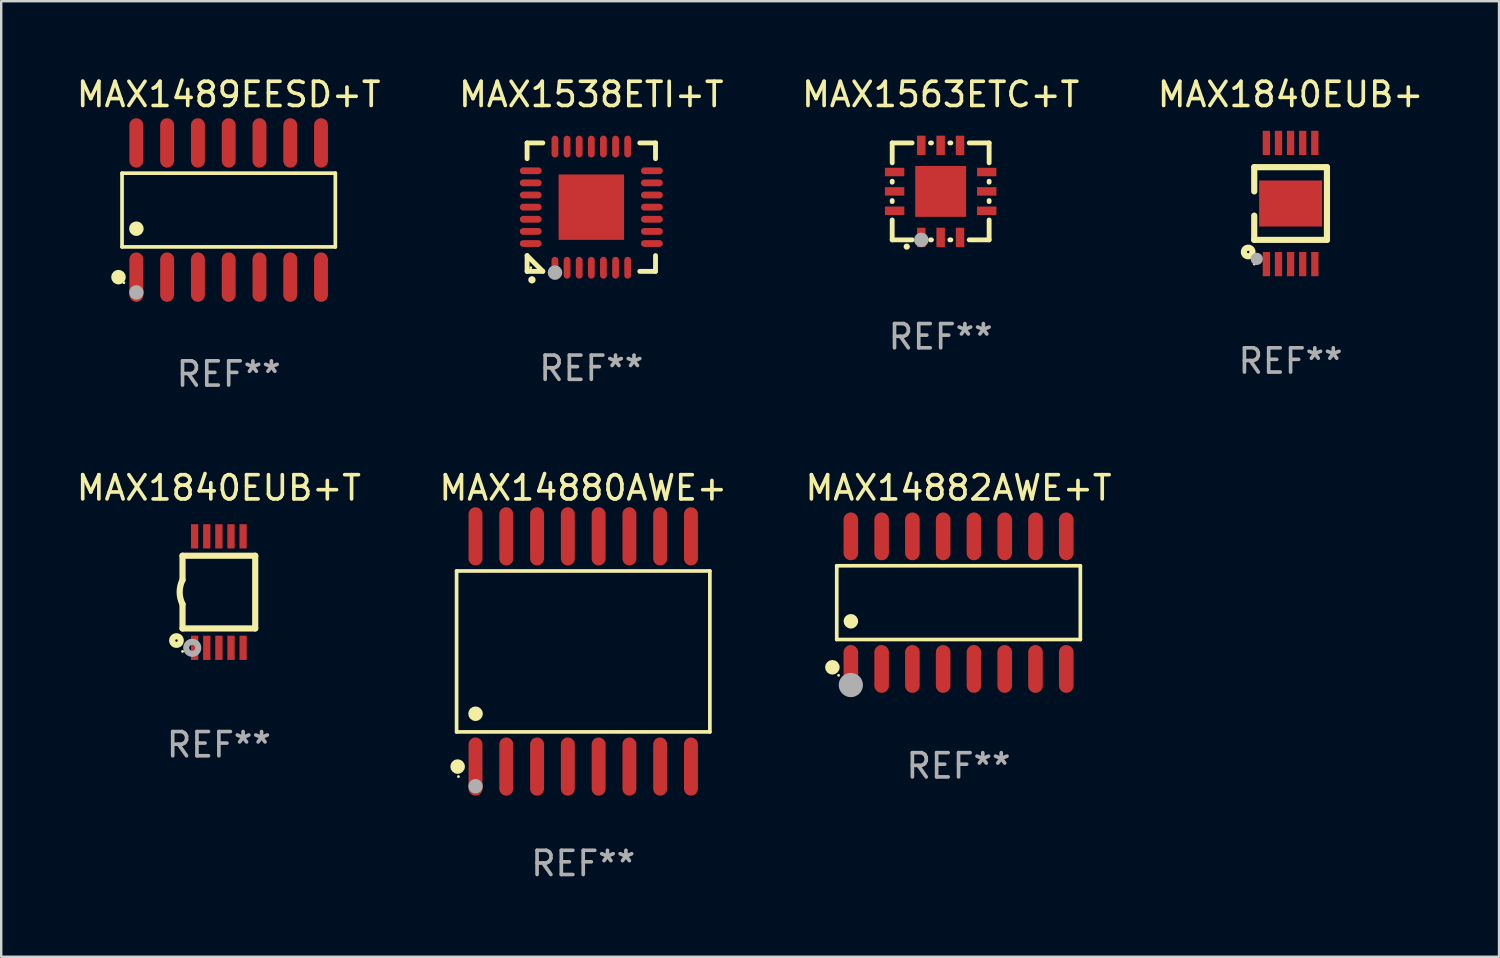
<source format=kicad_pcb>
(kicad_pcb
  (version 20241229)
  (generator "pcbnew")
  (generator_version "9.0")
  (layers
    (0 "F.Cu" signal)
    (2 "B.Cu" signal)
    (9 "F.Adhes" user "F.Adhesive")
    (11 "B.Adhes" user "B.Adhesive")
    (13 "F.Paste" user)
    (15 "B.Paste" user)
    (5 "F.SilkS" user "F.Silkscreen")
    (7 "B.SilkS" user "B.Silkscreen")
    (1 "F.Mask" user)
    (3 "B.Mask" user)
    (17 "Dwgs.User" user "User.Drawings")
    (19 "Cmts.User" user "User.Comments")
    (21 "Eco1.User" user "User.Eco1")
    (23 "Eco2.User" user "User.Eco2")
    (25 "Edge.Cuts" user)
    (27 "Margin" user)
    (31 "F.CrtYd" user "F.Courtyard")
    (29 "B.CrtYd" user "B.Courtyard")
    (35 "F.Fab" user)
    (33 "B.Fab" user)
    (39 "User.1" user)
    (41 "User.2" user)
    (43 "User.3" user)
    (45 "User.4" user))
  (footprint "MAX14880AWE+"
    (layer "F.Cu")
    (at 21.018 23.833)
    (property "Reference" "MAX14880AWE+" (at 0 -6.75 0) (layer "F.SilkS") (effects (font (size 1 1) (thickness 0.15))))
    (attr through_hole)
    (fp_line (start -5.226 -3.321) (end 5.226 -3.321) (stroke (width 0.152) (type solid)) (layer "F.SilkS"))
    (fp_line (start -5.226 3.321) (end -5.226 -3.321) (stroke (width 0.152) (type solid)) (layer "F.SilkS"))
    (fp_line (start 5.226 -3.321) (end 5.226 3.321) (stroke (width 0.152) (type solid)) (layer "F.SilkS"))
    (fp_line (start 5.226 3.321) (end -5.226 3.321) (stroke (width 0.152) (type solid)) (layer "F.SilkS"))
    (fp_circle (center -5.184 4.75) (end -5.034 4.75) (stroke (width 0.3) (type solid)) (fill no) (layer "F.SilkS"))
    (fp_circle (center -5.15 5.163) (end -5.12 5.163) (stroke (width 0.06) (type solid)) (fill no) (layer "F.SilkS"))
    (fp_circle (center -4.445 2.569) (end -4.295 2.569) (stroke (width 0.3) (type solid)) (fill no) (layer "F.SilkS"))
    (fp_circle (center -4.445 5.563) (end -4.295 5.563) (stroke (width 0.3) (type solid)) (fill no) (layer "F.Fab"))
    (fp_text user "REF**" (at 0 8.75 0) (layer "F.Fab") (effects (font (size 1 1) (thickness 0.15))))
    (pad "1" smd oval (at -4.445 4.75) (size 0.574 2.401) (layers "F.Cu" "F.Mask" "F.Paste"))
    (pad "2" smd oval (at -3.175 4.75) (size 0.574 2.401) (layers "F.Cu" "F.Mask" "F.Paste"))
    (pad "3" smd oval (at -1.905 4.75) (size 0.574 2.401) (layers "F.Cu" "F.Mask" "F.Paste"))
    (pad "4" smd oval (at -0.635 4.75) (size 0.574 2.401) (layers "F.Cu" "F.Mask" "F.Paste"))
    (pad "5" smd oval (at 0.635 4.75) (size 0.574 2.401) (layers "F.Cu" "F.Mask" "F.Paste"))
    (pad "6" smd oval (at 1.905 4.75) (size 0.574 2.401) (layers "F.Cu" "F.Mask" "F.Paste"))
    (pad "7" smd oval (at 3.175 4.75) (size 0.574 2.401) (layers "F.Cu" "F.Mask" "F.Paste"))
    (pad "8" smd oval (at 4.445 4.75) (size 0.574 2.401) (layers "F.Cu" "F.Mask" "F.Paste"))
    (pad "9" smd oval (at 4.445 -4.75) (size 0.574 2.401) (layers "F.Cu" "F.Mask" "F.Paste"))
    (pad "10" smd oval (at 3.175 -4.75) (size 0.574 2.401) (layers "F.Cu" "F.Mask" "F.Paste"))
    (pad "11" smd oval (at 1.905 -4.75) (size 0.574 2.401) (layers "F.Cu" "F.Mask" "F.Paste"))
    (pad "12" smd oval (at 0.635 -4.75) (size 0.574 2.401) (layers "F.Cu" "F.Mask" "F.Paste"))
    (pad "13" smd oval (at -0.635 -4.75) (size 0.574 2.401) (layers "F.Cu" "F.Mask" "F.Paste"))
    (pad "14" smd oval (at -1.905 -4.75) (size 0.574 2.401) (layers "F.Cu" "F.Mask" "F.Paste"))
    (pad "15" smd oval (at -3.175 -4.75) (size 0.574 2.401) (layers "F.Cu" "F.Mask" "F.Paste"))
    (pad "16" smd oval (at -4.445 -4.75) (size 0.574 2.401) (layers "F.Cu" "F.Mask" "F.Paste")))
  (footprint "MAX1489EESD+T"
    (layer "F.Cu")
    (at 6.387 5.617)
    (property "Reference" "MAX1489EESD+T" (at 0 -4.769 0) (layer "F.SilkS") (effects (font (size 1 1) (thickness 0.15))))
    (attr through_hole)
    (fp_line (start -4.401 -1.521) (end 4.401 -1.521) (stroke (width 0.152) (type solid)) (layer "F.SilkS"))
    (fp_line (start -4.401 1.521) (end -4.401 -1.521) (stroke (width 0.152) (type solid)) (layer "F.SilkS"))
    (fp_line (start 4.401 -1.521) (end 4.401 1.521) (stroke (width 0.152) (type solid)) (layer "F.SilkS"))
    (fp_line (start 4.401 1.521) (end -4.401 1.521) (stroke (width 0.152) (type solid)) (layer "F.SilkS"))
    (fp_circle (center -4.549 2.769) (end -4.399 2.769) (stroke (width 0.3) (type solid)) (fill no) (layer "F.SilkS"))
    (fp_circle (center -4.325 3) (end -4.295 3) (stroke (width 0.06) (type solid)) (fill no) (layer "F.SilkS"))
    (fp_circle (center -3.81 0.769) (end -3.66 0.769) (stroke (width 0.3) (type solid)) (fill no) (layer "F.SilkS"))
    (fp_circle (center -3.81 3.4) (end -3.66 3.4) (stroke (width 0.3) (type solid)) (fill no) (layer "F.Fab"))
    (fp_text user "REF**" (at 0 6.769 0) (layer "F.Fab") (effects (font (size 1 1) (thickness 0.15))))
    (pad "1" smd oval (at -3.81 2.769) (size 0.574 2.038) (layers "F.Cu" "F.Mask" "F.Paste"))
    (pad "2" smd oval (at -2.54 2.769) (size 0.574 2.038) (layers "F.Cu" "F.Mask" "F.Paste"))
    (pad "3" smd oval (at -1.27 2.769) (size 0.574 2.038) (layers "F.Cu" "F.Mask" "F.Paste"))
    (pad "4" smd oval (at 0 2.769) (size 0.574 2.038) (layers "F.Cu" "F.Mask" "F.Paste"))
    (pad "5" smd oval (at 1.27 2.769) (size 0.574 2.038) (layers "F.Cu" "F.Mask" "F.Paste"))
    (pad "6" smd oval (at 2.54 2.769) (size 0.574 2.038) (layers "F.Cu" "F.Mask" "F.Paste"))
    (pad "7" smd oval (at 3.81 2.769) (size 0.574 2.038) (layers "F.Cu" "F.Mask" "F.Paste"))
    (pad "8" smd oval (at 3.81 -2.769) (size 0.574 2.038) (layers "F.Cu" "F.Mask" "F.Paste"))
    (pad "9" smd oval (at 2.54 -2.769) (size 0.574 2.038) (layers "F.Cu" "F.Mask" "F.Paste"))
    (pad "10" smd oval (at 1.27 -2.769) (size 0.574 2.038) (layers "F.Cu" "F.Mask" "F.Paste"))
    (pad "11" smd oval (at 0 -2.769) (size 0.574 2.038) (layers "F.Cu" "F.Mask" "F.Paste"))
    (pad "12" smd oval (at -1.27 -2.769) (size 0.574 2.038) (layers "F.Cu" "F.Mask" "F.Paste"))
    (pad "13" smd oval (at -2.54 -2.769) (size 0.574 2.038) (layers "F.Cu" "F.Mask" "F.Paste"))
    (pad "14" smd oval (at -3.81 -2.769) (size 0.574 2.038) (layers "F.Cu" "F.Mask" "F.Paste")))
  (footprint "MAX1563ETC+T"
    (layer "F.Cu")
    (at 35.768 4.848)
    (property "Reference" "MAX1563ETC+T" (at 0 -4 0) (layer "F.SilkS") (effects (font (size 1 1) (thickness 0.15))))
    (attr through_hole)
    (fp_line (start -2 -2) (end -1.179 -2) (stroke (width 0.2) (type solid)) (layer "F.SilkS"))
    (fp_line (start -2 -1.179) (end -2 -2) (stroke (width 0.2) (type solid)) (layer "F.SilkS"))
    (fp_line (start -2 -0.379) (end -2 -0.421) (stroke (width 0.2) (type solid)) (layer "F.SilkS"))
    (fp_line (start -2 0.421) (end -2 0.379) (stroke (width 0.2) (type solid)) (layer "F.SilkS"))
    (fp_line (start -2 2) (end -2 1.179) (stroke (width 0.2) (type solid)) (layer "F.SilkS"))
    (fp_line (start -1.179 2) (end -2 2) (stroke (width 0.2) (type solid)) (layer "F.SilkS"))
    (fp_line (start -0.421 -2) (end -0.379 -2) (stroke (width 0.2) (type solid)) (layer "F.SilkS"))
    (fp_line (start -0.379 2) (end -0.421 2) (stroke (width 0.2) (type solid)) (layer "F.SilkS"))
    (fp_line (start 0.379 -2) (end 0.421 -2) (stroke (width 0.2) (type solid)) (layer "F.SilkS"))
    (fp_line (start 0.421 2) (end 0.379 2) (stroke (width 0.2) (type solid)) (layer "F.SilkS"))
    (fp_line (start 1.179 -2) (end 2 -2) (stroke (width 0.2) (type solid)) (layer "F.SilkS"))
    (fp_line (start 2 -2) (end 2 -1.179) (stroke (width 0.2) (type solid)) (layer "F.SilkS"))
    (fp_line (start 2 -0.421) (end 2 -0.379) (stroke (width 0.2) (type solid)) (layer "F.SilkS"))
    (fp_line (start 2 0.379) (end 2 0.421) (stroke (width 0.2) (type solid)) (layer "F.SilkS"))
    (fp_line (start 2 1.179) (end 2 2) (stroke (width 0.2) (type solid)) (layer "F.SilkS"))
    (fp_line (start 2 2) (end 1.179 2) (stroke (width 0.2) (type solid)) (layer "F.SilkS"))
    (fp_arc (start -1.40127 2.28001) (mid -1.4 2.280003) (end -1.39873 2.28001) (stroke (width 0.254001) (type solid)) (layer "F.SilkS"))
    (fp_circle (center -2 2) (end -1.97 2) (stroke (width 0.06) (type solid)) (fill no) (layer "F.SilkS"))
    (fp_circle (center -0.8 2) (end -0.65 2) (stroke (width 0.3) (type solid)) (fill no) (layer "F.Fab"))
    (fp_text user "REF**" (at 0 6 0) (layer "F.Fab") (effects (font (size 1 1) (thickness 0.15))))
    (pad "1" smd rect (at -0.8 1.9 90) (size 0.8 0.35) (layers "F.Cu" "F.Mask" "F.Paste"))
    (pad "2" smd rect (at -0.000127 1.9 90) (size 0.8 0.35) (layers "F.Cu" "F.Mask" "F.Paste"))
    (pad "3" smd rect (at 0.8 1.9 90) (size 0.8 0.35) (layers "F.Cu" "F.Mask" "F.Paste"))
    (pad "4" smd rect (at 1.9 0.8 180) (size 0.8 0.35) (layers "F.Cu" "F.Mask" "F.Paste"))
    (pad "5" smd rect (at 1.9 -0.000127 180) (size 0.8 0.35) (layers "F.Cu" "F.Mask" "F.Paste"))
    (pad "6" smd rect (at 1.9 -0.8 180) (size 0.8 0.35) (layers "F.Cu" "F.Mask" "F.Paste"))
    (pad "7" smd rect (at 0.8 -1.9 270) (size 0.8 0.35) (layers "F.Cu" "F.Mask" "F.Paste"))
    (pad "8" smd rect (at -0.000127 -1.9 270) (size 0.8 0.35) (layers "F.Cu" "F.Mask" "F.Paste"))
    (pad "9" smd rect (at -0.8 -1.9 270) (size 0.8 0.35) (layers "F.Cu" "F.Mask" "F.Paste"))
    (pad "10" smd rect (at -1.9 -0.8) (size 0.8 0.35) (layers "F.Cu" "F.Mask" "F.Paste"))
    (pad "11" smd rect (at -1.9 -0.000127) (size 0.8 0.35) (layers "F.Cu" "F.Mask" "F.Paste"))
    (pad "12" smd rect (at -1.9 0.8) (size 0.8 0.35) (layers "F.Cu" "F.Mask" "F.Paste"))
    (pad "13" smd rect (at -0.000127 -0.000127 90) (size 2.1 2.1) (layers "F.Cu" "F.Mask" "F.Paste")))
  (footprint "MAX1840EUB+T"
    (layer "F.Cu")
    (at 5.982 21.383)
    (property "Reference" "MAX1840EUB+T" (at 0 -4.3 0) (layer "F.SilkS") (effects (font (size 1 1) (thickness 0.15))))
    (attr through_hole)
    (fp_line (start -1.5 -1.5) (end -1.5 -0.5) (stroke (width 0.254) (type solid)) (layer "F.SilkS"))
    (fp_line (start -1.5 1.5) (end -1.5 0.5) (stroke (width 0.254) (type solid)) (layer "F.SilkS"))
    (fp_line (start -1.5 1.5) (end 1.5 1.5) (stroke (width 0.254) (type solid)) (layer "F.SilkS"))
    (fp_line (start 1.5 1.5) (end 1.5 -1.5) (stroke (width 0.254) (type solid)) (layer "F.SilkS"))
    (fp_line (start 1.5 -1.5) (end -1.5 -1.5) (stroke (width 0.254) (type solid)) (layer "F.SilkS"))
    (fp_arc (start -1.500165 0.5) (mid -1.618199 0) (end -1.500165 -0.5) (stroke (width 0.254001) (type solid)) (layer "F.SilkS"))
    (fp_circle (center -1.75 2) (end -1.573 2) (stroke (width 0.254) (type solid)) (fill no) (layer "F.SilkS"))
    (fp_circle (center -1.499 2.45) (end -1.469 2.45) (stroke (width 0.06) (type solid)) (fill no) (layer "F.SilkS"))
    (fp_circle (center -1.099 2.3) (end -0.975 2.3) (stroke (width 0.25) (type solid)) (fill no) (layer "F.Fab"))
    (fp_text user "REF**" (at 0 6.3 0) (layer "F.Fab") (effects (font (size 1 1) (thickness 0.15))))
    (pad "1" smd rect (at -0.999 2.3 180) (size 0.3 1) (layers "F.Cu" "F.Mask" "F.Paste"))
    (pad "2" smd rect (at -0.499 2.3 180) (size 0.3 1) (layers "F.Cu" "F.Mask" "F.Paste"))
    (pad "3" smd rect (at 0.001 2.3 180) (size 0.3 1) (layers "F.Cu" "F.Mask" "F.Paste"))
    (pad "4" smd rect (at 0.501 2.3 180) (size 0.3 1) (layers "F.Cu" "F.Mask" "F.Paste"))
    (pad "5" smd rect (at 1.001 2.3 180) (size 0.3 1) (layers "F.Cu" "F.Mask" "F.Paste"))
    (pad "6" smd rect (at 1 -2.3 180) (size 0.3 1) (layers "F.Cu" "F.Mask" "F.Paste"))
    (pad "7" smd rect (at 0.5 -2.3 180) (size 0.3 1) (layers "F.Cu" "F.Mask" "F.Paste"))
    (pad "8" smd rect (at -0.000165 -2.3 180) (size 0.3 1) (layers "F.Cu" "F.Mask" "F.Paste"))
    (pad "9" smd rect (at -0.5 -2.3 180) (size 0.3 1) (layers "F.Cu" "F.Mask" "F.Paste"))
    (pad "10" smd rect (at -1 -2.3 180) (size 0.3 1) (layers "F.Cu" "F.Mask" "F.Paste")))
  (footprint "MAX14882AWE+T"
    (layer "F.Cu")
    (at 36.506 21.819)
    (property "Reference" "MAX14882AWE+T" (at 0 -4.736 0) (layer "F.SilkS") (effects (font (size 1 1) (thickness 0.15))))
    (attr through_hole)
    (fp_line (start -5.026 -1.521) (end 5.026 -1.521) (stroke (width 0.152) (type solid)) (layer "F.SilkS"))
    (fp_line (start -5.026 1.521) (end -5.026 -1.521) (stroke (width 0.152) (type solid)) (layer "F.SilkS"))
    (fp_line (start 5.026 -1.521) (end 5.026 1.521) (stroke (width 0.152) (type solid)) (layer "F.SilkS"))
    (fp_line (start 5.026 1.521) (end -5.026 1.521) (stroke (width 0.152) (type solid)) (layer "F.SilkS"))
    (fp_circle (center -5.207 2.667) (end -5.057 2.667) (stroke (width 0.3) (type solid)) (fill no) (layer "F.SilkS"))
    (fp_circle (center -4.95 3) (end -4.92 3) (stroke (width 0.06) (type solid)) (fill no) (layer "F.SilkS"))
    (fp_circle (center -4.445 0.769) (end -4.295 0.769) (stroke (width 0.3) (type solid)) (fill no) (layer "F.SilkS"))
    (fp_circle (center -4.445 3.4) (end -4.195 3.4) (stroke (width 0.5) (type solid)) (fill no) (layer "F.Fab"))
    (fp_text user "REF**" (at 0 6.736 0) (layer "F.Fab") (effects (font (size 1 1) (thickness 0.15))))
    (pad "1" smd oval (at -4.445 2.736) (size 0.602 1.971) (layers "F.Cu" "F.Mask" "F.Paste"))
    (pad "2" smd oval (at -3.175 2.736) (size 0.602 1.971) (layers "F.Cu" "F.Mask" "F.Paste"))
    (pad "3" smd oval (at -1.905 2.736) (size 0.602 1.971) (layers "F.Cu" "F.Mask" "F.Paste"))
    (pad "4" smd oval (at -0.635 2.736) (size 0.602 1.971) (layers "F.Cu" "F.Mask" "F.Paste"))
    (pad "5" smd oval (at 0.635 2.736) (size 0.602 1.971) (layers "F.Cu" "F.Mask" "F.Paste"))
    (pad "6" smd oval (at 1.905 2.736) (size 0.602 1.971) (layers "F.Cu" "F.Mask" "F.Paste"))
    (pad "7" smd oval (at 3.175 2.736) (size 0.602 1.971) (layers "F.Cu" "F.Mask" "F.Paste"))
    (pad "8" smd oval (at 4.445 2.736) (size 0.602 1.971) (layers "F.Cu" "F.Mask" "F.Paste"))
    (pad "9" smd oval (at 4.445 -2.736) (size 0.602 1.971) (layers "F.Cu" "F.Mask" "F.Paste"))
    (pad "10" smd oval (at 3.175 -2.736) (size 0.602 1.971) (layers "F.Cu" "F.Mask" "F.Paste"))
    (pad "11" smd oval (at 1.905 -2.736) (size 0.602 1.971) (layers "F.Cu" "F.Mask" "F.Paste"))
    (pad "12" smd oval (at 0.635 -2.736) (size 0.602 1.971) (layers "F.Cu" "F.Mask" "F.Paste"))
    (pad "13" smd oval (at -0.635 -2.736) (size 0.602 1.971) (layers "F.Cu" "F.Mask" "F.Paste"))
    (pad "14" smd oval (at -1.905 -2.736) (size 0.602 1.971) (layers "F.Cu" "F.Mask" "F.Paste"))
    (pad "15" smd oval (at -3.175 -2.736) (size 0.602 1.971) (layers "F.Cu" "F.Mask" "F.Paste"))
    (pad "16" smd oval (at -4.445 -2.736) (size 0.602 1.971) (layers "F.Cu" "F.Mask" "F.Paste")))
  (footprint "MAX1840EUB+"
    (layer "F.Cu")
    (at 50.208 5.348)
    (property "Reference" "MAX1840EUB+" (at 0 -4.5 0) (layer "F.SilkS") (effects (font (size 1 1) (thickness 0.15))))
    (attr through_hole)
    (fp_line (start -1.5 -1.5) (end -1.5 -0.5) (stroke (width 0.254) (type solid)) (layer "F.SilkS"))
    (fp_line (start -1.5 1.5) (end -1.5 0.5) (stroke (width 0.254) (type solid)) (layer "F.SilkS"))
    (fp_line (start -1.5 1.5) (end 1.5 1.5) (stroke (width 0.254) (type solid)) (layer "F.SilkS"))
    (fp_line (start 1.5 1.5) (end 1.5 -1.5) (stroke (width 0.254) (type solid)) (layer "F.SilkS"))
    (fp_line (start 1.5 -1.5) (end -1.5 -1.5) (stroke (width 0.254) (type solid)) (layer "F.SilkS"))
    (fp_circle (center -1.75 2) (end -1.573 2) (stroke (width 0.254) (type solid)) (fill no) (layer "F.SilkS"))
    (fp_circle (center -1.499 2.5) (end -1.469 2.5) (stroke (width 0.06) (type solid)) (fill no) (layer "F.SilkS"))
    (fp_circle (center -1.396 2.286) (end -1.269 2.286) (stroke (width 0.254) (type solid)) (fill no) (layer "F.Fab"))
    (fp_text user "REF**" (at 0 6.5 0) (layer "F.Fab") (effects (font (size 1 1) (thickness 0.15))))
    (pad "1" smd rect (at -0.999 2.5 180) (size 0.3 1) (layers "F.Cu" "F.Mask" "F.Paste"))
    (pad "2" smd rect (at -0.499 2.5 180) (size 0.3 1) (layers "F.Cu" "F.Mask" "F.Paste"))
    (pad "3" smd rect (at 0.001 2.5 180) (size 0.3 1) (layers "F.Cu" "F.Mask" "F.Paste"))
    (pad "4" smd rect (at 0.501 2.5 180) (size 0.3 1) (layers "F.Cu" "F.Mask" "F.Paste"))
    (pad "5" smd rect (at 1.001 2.5 180) (size 0.3 1) (layers "F.Cu" "F.Mask" "F.Paste"))
    (pad "6" smd rect (at 1 -2.5 180) (size 0.3 1) (layers "F.Cu" "F.Mask" "F.Paste"))
    (pad "7" smd rect (at 0.5 -2.5 180) (size 0.3 1) (layers "F.Cu" "F.Mask" "F.Paste"))
    (pad "8" smd rect (at -0.000165 -2.5 180) (size 0.3 1) (layers "F.Cu" "F.Mask" "F.Paste"))
    (pad "9" smd rect (at -0.5 -2.5 180) (size 0.3 1) (layers "F.Cu" "F.Mask" "F.Paste"))
    (pad "10" smd rect (at -1 -2.5 180) (size 0.3 1) (layers "F.Cu" "F.Mask" "F.Paste"))
    (pad "11" smd rect (at 0.001 -0.000127 270) (size 1.9 2.6) (layers "F.Cu" "F.Mask" "F.Paste")))
  (footprint "MAX1538ETI+T"
    (layer "F.Cu")
    (at 21.351 5.498)
    (property "Reference" "MAX1538ETI+T" (at 0 -4.65 0) (layer "F.SilkS") (effects (font (size 1 1) (thickness 0.15))))
    (attr through_hole)
    (fp_line (start -2.65 -2.65) (end -2.65 -2) (stroke (width 0.2) (type solid)) (layer "F.SilkS"))
    (fp_line (start -2.65 2) (end -2 2.65) (stroke (width 0.2) (type solid)) (layer "F.SilkS"))
    (fp_line (start -2.65 2.65) (end -2.65 2) (stroke (width 0.2) (type solid)) (layer "F.SilkS"))
    (fp_line (start -2 -2.65) (end -2.65 -2.65) (stroke (width 0.2) (type solid)) (layer "F.SilkS"))
    (fp_line (start -2 2.65) (end -2.65 2.65) (stroke (width 0.2) (type solid)) (layer "F.SilkS"))
    (fp_line (start 2 2.65) (end 2.65 2.65) (stroke (width 0.2) (type solid)) (layer "F.SilkS"))
    (fp_line (start 2.65 -2.65) (end 2 -2.65) (stroke (width 0.2) (type solid)) (layer "F.SilkS"))
    (fp_line (start 2.65 -2) (end 2.65 -2.65) (stroke (width 0.2) (type solid)) (layer "F.SilkS"))
    (fp_line (start 2.65 2.65) (end 2.65 2) (stroke (width 0.2) (type solid)) (layer "F.SilkS"))
    (fp_arc (start -2.451105 2.999746) (mid -2.449835 2.999741) (end -2.448565 2.999746) (stroke (width 0.3) (type solid)) (layer "F.SilkS"))
    (fp_circle (center -2.5 2.5) (end -2.47 2.5) (stroke (width 0.06) (type solid)) (fill no) (layer "F.SilkS"))
    (fp_circle (center -1.5 2.7) (end -1.35 2.7) (stroke (width 0.3) (type solid)) (fill no) (layer "F.Fab"))
    (fp_text user "REF**" (at 0 6.65 0) (layer "F.Fab") (effects (font (size 1 1) (thickness 0.15))))
    (pad "1" smd oval (at -1.501 2.5 180) (size 0.28 0.9) (layers "F.Cu" "F.Mask" "F.Paste"))
    (pad "2" smd oval (at -1.001 2.5 180) (size 0.28 0.9) (layers "F.Cu" "F.Mask" "F.Paste"))
    (pad "3" smd oval (at -0.5 2.5 180) (size 0.28 0.9) (layers "F.Cu" "F.Mask" "F.Paste"))
    (pad "4" smd oval (at 0 2.5 180) (size 0.28 0.9) (layers "F.Cu" "F.Mask" "F.Paste"))
    (pad "5" smd oval (at 0.5 2.5 180) (size 0.28 0.9) (layers "F.Cu" "F.Mask" "F.Paste"))
    (pad "6" smd oval (at 1.001 2.5 180) (size 0.28 0.9) (layers "F.Cu" "F.Mask" "F.Paste"))
    (pad "7" smd oval (at 1.501 2.5 180) (size 0.28 0.9) (layers "F.Cu" "F.Mask" "F.Paste"))
    (pad "8" smd oval (at 2.5 1.501 90) (size 0.28 0.9) (layers "F.Cu" "F.Mask" "F.Paste"))
    (pad "9" smd oval (at 2.5 1.001 90) (size 0.28 0.9) (layers "F.Cu" "F.Mask" "F.Paste"))
    (pad "10" smd oval (at 2.5 0.5 90) (size 0.28 0.9) (layers "F.Cu" "F.Mask" "F.Paste"))
    (pad "11" smd oval (at 2.5 0 90) (size 0.28 0.9) (layers "F.Cu" "F.Mask" "F.Paste"))
    (pad "12" smd oval (at 2.5 -0.5 90) (size 0.28 0.9) (layers "F.Cu" "F.Mask" "F.Paste"))
    (pad "13" smd oval (at 2.5 -1.001 90) (size 0.28 0.9) (layers "F.Cu" "F.Mask" "F.Paste"))
    (pad "14" smd oval (at 2.5 -1.501 90) (size 0.28 0.9) (layers "F.Cu" "F.Mask" "F.Paste"))
    (pad "15" smd oval (at 1.501 -2.5 180) (size 0.28 0.9) (layers "F.Cu" "F.Mask" "F.Paste"))
    (pad "16" smd oval (at 1.001 -2.5 180) (size 0.28 0.9) (layers "F.Cu" "F.Mask" "F.Paste"))
    (pad "17" smd oval (at 0.5 -2.5 180) (size 0.28 0.9) (layers "F.Cu" "F.Mask" "F.Paste"))
    (pad "18" smd oval (at 0 -2.5 180) (size 0.28 0.9) (layers "F.Cu" "F.Mask" "F.Paste"))
    (pad "19" smd oval (at -0.5 -2.5 180) (size 0.28 0.9) (layers "F.Cu" "F.Mask" "F.Paste"))
    (pad "20" smd oval (at -1.001 -2.5 180) (size 0.28 0.9) (layers "F.Cu" "F.Mask" "F.Paste"))
    (pad "21" smd oval (at -1.501 -2.5 180) (size 0.28 0.9) (layers "F.Cu" "F.Mask" "F.Paste"))
    (pad "22" smd oval (at -2.5 -1.501 90) (size 0.28 0.9) (layers "F.Cu" "F.Mask" "F.Paste"))
    (pad "23" smd oval (at -2.5 -1.001 90) (size 0.28 0.9) (layers "F.Cu" "F.Mask" "F.Paste"))
    (pad "24" smd oval (at -2.5 -0.5 90) (size 0.28 0.9) (layers "F.Cu" "F.Mask" "F.Paste"))
    (pad "25" smd oval (at -2.5 0 90) (size 0.28 0.9) (layers "F.Cu" "F.Mask" "F.Paste"))
    (pad "26" smd oval (at -2.5 0.5 90) (size 0.28 0.9) (layers "F.Cu" "F.Mask" "F.Paste"))
    (pad "27" smd oval (at -2.5 1.001 90) (size 0.28 0.9) (layers "F.Cu" "F.Mask" "F.Paste"))
    (pad "28" smd oval (at -2.5 1.501 90) (size 0.28 0.9) (layers "F.Cu" "F.Mask" "F.Paste"))
    (pad "29" smd rect (at 0 0 90) (size 2.7 2.7) (layers "F.Cu" "F.Mask" "F.Paste")))
  (gr_rect
    (start -3 -3)
    (end 58.81 36.432)
    (stroke (width 0.1) (type default))
    (fill no)
    (layer "Edge.Cuts")))
</source>
